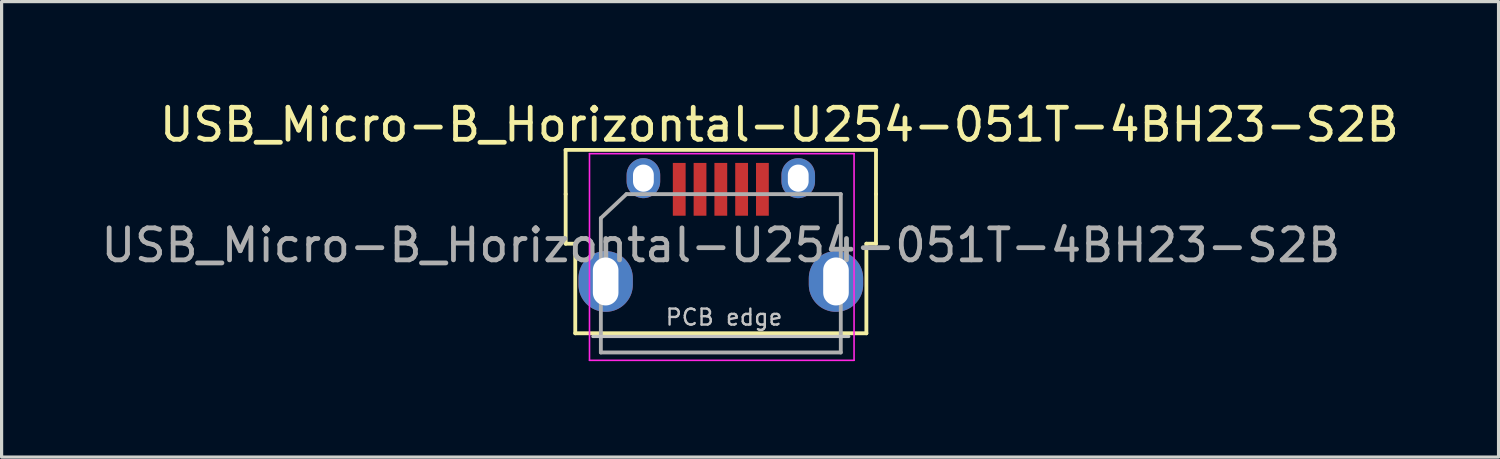
<source format=kicad_pcb>
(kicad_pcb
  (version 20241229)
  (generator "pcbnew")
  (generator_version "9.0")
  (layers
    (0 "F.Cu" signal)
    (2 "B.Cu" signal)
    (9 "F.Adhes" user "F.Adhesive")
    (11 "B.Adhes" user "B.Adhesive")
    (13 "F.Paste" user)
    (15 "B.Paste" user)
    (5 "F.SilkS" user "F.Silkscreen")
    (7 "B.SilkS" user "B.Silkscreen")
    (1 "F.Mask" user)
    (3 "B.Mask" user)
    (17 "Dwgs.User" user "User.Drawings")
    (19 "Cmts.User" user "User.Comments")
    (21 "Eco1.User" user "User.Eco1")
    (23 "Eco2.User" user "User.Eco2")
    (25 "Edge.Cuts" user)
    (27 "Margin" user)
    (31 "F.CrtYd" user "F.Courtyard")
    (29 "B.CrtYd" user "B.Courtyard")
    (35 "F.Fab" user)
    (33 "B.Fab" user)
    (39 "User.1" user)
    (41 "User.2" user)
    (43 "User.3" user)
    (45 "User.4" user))
  (footprint "USB_Micro-B_Horizontal-U254-051T-4BH23-S2B"
    (layer "F.Cu")
    (at 19.507 4.633)
    (property "Reference" "USB_Micro-B_Horizontal-U254-051T-4BH23-S2B" (at 1.803 -3.785 0) (layer "F.SilkS") (effects (font (size 1 1) (thickness 0.15))))
    (attr through_hole)
    (fp_line (start -4.875 -1.615) (end -4.877 -2.997) (stroke (width 0.12) (type solid)) (layer "F.SilkS"))
    (fp_line (start -4.875 -0.065) (end -4.875 -1.615) (stroke (width 0.12) (type solid)) (layer "F.SilkS"))
    (fp_line (start -4.875 -0.065) (end -4.575 -0.065) (stroke (width 0.12) (type solid)) (layer "F.SilkS"))
    (fp_line (start -4.575 2.735) (end -4.575 -0.065) (stroke (width 0.12) (type solid)) (layer "F.SilkS"))
    (fp_line (start -4.575 2.735) (end 4.525 2.735) (stroke (width 0.12) (type solid)) (layer "F.SilkS"))
    (fp_line (start 4.525 -0.065) (end 4.825 -0.065) (stroke (width 0.12) (type solid)) (layer "F.SilkS"))
    (fp_line (start 4.525 2.735) (end 4.525 -0.065) (stroke (width 0.12) (type solid)) (layer "F.SilkS"))
    (fp_line (start 4.825 -1.615) (end 4.826 -2.997) (stroke (width 0.12) (type solid)) (layer "F.SilkS"))
    (fp_line (start 4.825 -0.065) (end 4.825 -1.615) (stroke (width 0.12) (type solid)) (layer "F.SilkS"))
    (fp_line (start 4.826 -2.997) (end -4.877 -2.997) (stroke (width 0.12) (type solid)) (layer "F.SilkS"))
    (fp_line (start -4.025 2.835) (end 3.975 2.835) (stroke (width 0.1) (type solid)) (layer "Dwgs.User"))
    (fp_line (start -4.13 -2.88) (end -4.13 3.58) (stroke (width 0.05) (type solid)) (layer "F.CrtYd"))
    (fp_line (start -4.13 -2.88) (end 4.14 -2.88) (stroke (width 0.05) (type solid)) (layer "F.CrtYd"))
    (fp_line (start 4.14 3.58) (end -4.13 3.58) (stroke (width 0.05) (type solid)) (layer "F.CrtYd"))
    (fp_line (start 4.14 3.58) (end 4.14 -2.88) (stroke (width 0.05) (type solid)) (layer "F.CrtYd"))
    (fp_line (start -3.775 -0.865) (end -2.975 -1.615) (stroke (width 0.12) (type solid)) (layer "F.Fab"))
    (fp_line (start -3.775 3.335) (end -3.775 -0.865) (stroke (width 0.12) (type solid)) (layer "F.Fab"))
    (fp_line (start -2.975 -1.615) (end 3.725 -1.615) (stroke (width 0.12) (type solid)) (layer "F.Fab"))
    (fp_line (start 3.725 -1.615) (end 3.725 3.335) (stroke (width 0.12) (type solid)) (layer "F.Fab"))
    (fp_line (start 3.725 3.335) (end -3.775 3.335) (stroke (width 0.12) (type solid)) (layer "F.Fab"))
    (fp_text user "PCB edge" (at 0.076 2.235 0) (layer "Dwgs.User") (effects (font (size 0.5 0.5) (thickness 0.075))))
    (fp_text user "${REFERENCE}" (at -0.025 -0.015 0) (layer "F.Fab") (effects (font (size 1 1) (thickness 0.15))))
    (pad "1" smd rect (at -1.325 -1.765 90) (size 1.65 0.4) (layers "F.Cu" "F.Mask" "F.Paste"))
    (pad "2" smd rect (at -0.675 -1.765 90) (size 1.65 0.4) (layers "F.Cu" "F.Mask" "F.Paste"))
    (pad "3" smd rect (at -0.025 -1.765 90) (size 1.65 0.4) (layers "F.Cu" "F.Mask" "F.Paste"))
    (pad "4" smd rect (at 0.625 -1.765 90) (size 1.65 0.4) (layers "F.Cu" "F.Mask" "F.Paste"))
    (pad "5" smd rect (at 1.275 -1.765 90) (size 1.65 0.4) (layers "F.Cu" "F.Mask" "F.Paste"))
    (pad "6" thru_hole oval (at -3.625 1.115) (size 1.7 1.9) (drill oval 0.8 1.5) (layers "*.Cu" "*.Mask"))
    (pad "6" thru_hole oval (at -2.445 -2.114) (size 1.05 1.25) (drill oval 0.65 0.85) (layers "*.Cu" "*.Mask"))
    (pad "6" thru_hole oval (at 2.395 -2.114) (size 1.05 1.25) (drill oval 0.65 0.85) (layers "*.Cu" "*.Mask"))
    (pad "6" thru_hole oval (at 3.575 1.115) (size 1.7 1.9) (drill oval 0.8 1.5) (layers "*.Cu" "*.Mask")))
  (gr_rect
    (start -3 -3)
    (end 43.793 11.238)
    (stroke (width 0.1) (type default))
    (fill no)
    (layer "Edge.Cuts")))
</source>
